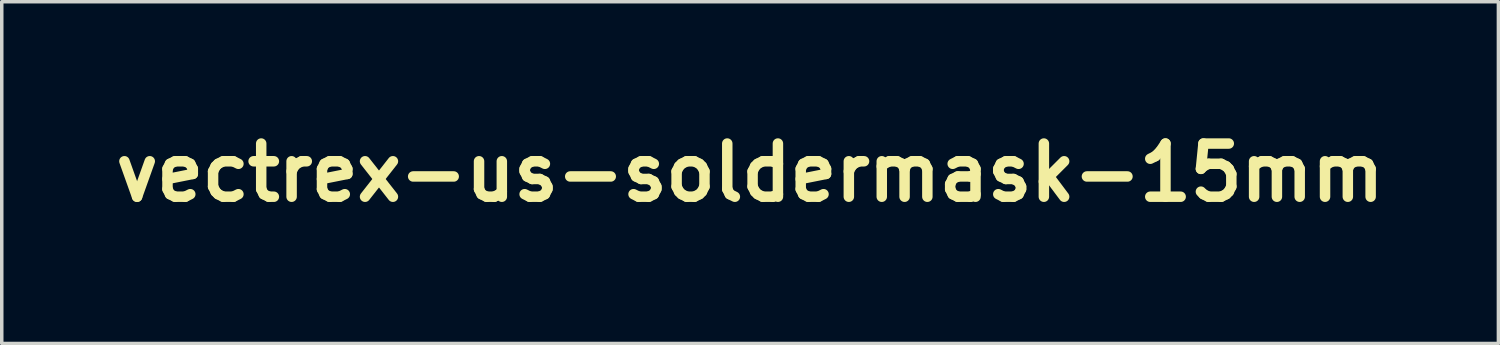
<source format=kicad_pcb>
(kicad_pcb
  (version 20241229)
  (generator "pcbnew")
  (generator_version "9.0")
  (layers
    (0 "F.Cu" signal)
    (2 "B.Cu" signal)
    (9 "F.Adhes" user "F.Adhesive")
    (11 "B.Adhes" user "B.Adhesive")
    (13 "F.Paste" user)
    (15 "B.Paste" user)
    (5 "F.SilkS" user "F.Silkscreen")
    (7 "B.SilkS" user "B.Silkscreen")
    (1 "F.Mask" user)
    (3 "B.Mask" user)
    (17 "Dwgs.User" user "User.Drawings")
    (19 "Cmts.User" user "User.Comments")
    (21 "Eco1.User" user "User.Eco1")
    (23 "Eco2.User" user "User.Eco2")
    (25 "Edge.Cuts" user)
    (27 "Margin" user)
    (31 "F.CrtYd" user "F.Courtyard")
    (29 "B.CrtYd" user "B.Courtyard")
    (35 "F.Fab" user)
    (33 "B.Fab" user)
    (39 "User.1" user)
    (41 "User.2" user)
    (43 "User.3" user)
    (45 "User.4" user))
  (footprint "vectrex-us-soldermask-15mm"
    (layer "F.Cu")
    (at 18.44 1.897)
    (property "Reference" "vectrex-us-soldermask-15mm" (at 0 0 0) (layer "F.SilkS") (effects (font (size 1.524 1.524) (thickness 0.3))))
    (attr through_hole)
    (fp_poly (pts (xy 2.393 -0.136) (xy 2.484 -0.135) (xy 2.561 -0.133) (xy 2.618 -0.131) (xy 2.653 -0.128) (xy 2.661 -0.126) (xy 2.651 -0.113) (xy 2.622 -0.082) (xy 2.578 -0.035) (xy 2.521 0.025) (xy 2.455 0.093) (xy 2.398 0.151) (xy 2.325 0.226) (xy 2.259 0.296) (xy 2.203 0.357) (xy 2.16 0.406) (xy 2.133 0.439) (xy 2.125 0.452) (xy 2.124 0.497) (xy 2.148 0.534) (xy 2.189 0.556) (xy 2.214 0.559) (xy 2.229 0.558) (xy 2.246 0.552) (xy 2.267 0.539) (xy 2.294 0.518) (xy 2.331 0.485) (xy 2.378 0.439) (xy 2.439 0.378) (xy 2.516 0.299) (xy 2.601 0.212) (xy 2.937 -0.136) (xy 3.283 -0.136) (xy 3.381 -0.136) (xy 3.469 -0.134) (xy 3.541 -0.132) (xy 3.594 -0.13) (xy 3.623 -0.127) (xy 3.628 -0.125) (xy 3.618 -0.111) (xy 3.591 -0.077) (xy 3.55 -0.026) (xy 3.495 0.039) (xy 3.431 0.115) (xy 3.359 0.2) (xy 3.336 0.227) (xy 3.045 0.567) (xy 2.8 0.571) (xy 2.555 0.575) (xy 2.555 1.86) (xy 1.92 1.86) (xy 1.92 -0.136) (xy 2.291 -0.136) (xy 2.393 -0.136)) (stroke (width 0.01) (type solid)) (fill yes) (layer "F.Mask"))
    (fp_poly (pts (xy 1.455 -1.335) (xy 1.459 -0.779) (xy 1.965 -0.771) (xy 2.471 -0.764) (xy 2.154 -0.435) (xy 1.837 -0.107) (xy 1.644 -0.106) (xy 1.451 -0.106) (xy 1.451 1.86) (xy 0.816 1.86) (xy 0.816 -0.036) (xy 1.013 -0.235) (xy 1.087 -0.311) (xy 1.142 -0.369) (xy 1.179 -0.413) (xy 1.2 -0.445) (xy 1.209 -0.467) (xy 1.21 -0.473) (xy 1.197 -0.52) (xy 1.161 -0.551) (xy 1.118 -0.559) (xy 1.099 -0.556) (xy 1.075 -0.544) (xy 1.042 -0.521) (xy 0.997 -0.485) (xy 0.939 -0.434) (xy 0.862 -0.364) (xy 0.828 -0.333) (xy 0.583 -0.106) (xy 0.256 -0.106) (xy 0.16 -0.106) (xy 0.074 -0.107) (xy 0.003 -0.109) (xy -0.049 -0.111) (xy -0.076 -0.114) (xy -0.08 -0.115) (xy -0.072 -0.128) (xy -0.047 -0.161) (xy -0.006 -0.211) (xy 0.047 -0.275) (xy 0.112 -0.351) (xy 0.185 -0.436) (xy 0.225 -0.481) (xy 0.334 -0.606) (xy 0.446 -0.735) (xy 0.561 -0.866) (xy 0.676 -0.998) (xy 0.789 -1.127) (xy 0.898 -1.253) (xy 1.002 -1.372) (xy 1.098 -1.482) (xy 1.185 -1.582) (xy 1.261 -1.669) (xy 1.323 -1.741) (xy 1.37 -1.796) (xy 1.401 -1.831) (xy 1.41 -1.842) (xy 1.451 -1.892) (xy 1.455 -1.335)) (stroke (width 0.01) (type solid)) (fill yes) (layer "F.Mask"))
    (fp_poly (pts (xy -0.21 -0.118) (xy -0.052 -0.071) (xy 0.096 -0.001) (xy 0.228 0.092) (xy 0.242 0.104) (xy 0.31 0.164) (xy 0.062 0.413) (xy -0.186 0.663) (xy -0.246 0.623) (xy -0.293 0.597) (xy -0.345 0.584) (xy -0.407 0.578) (xy -0.499 0.584) (xy -0.574 0.612) (xy -0.639 0.666) (xy -0.672 0.708) (xy -0.699 0.751) (xy -0.713 0.79) (xy -0.718 0.84) (xy -0.718 0.869) (xy -0.716 0.928) (xy -0.706 0.971) (xy -0.686 1.01) (xy -0.672 1.03) (xy -0.606 1.102) (xy -0.528 1.147) (xy -0.436 1.164) (xy -0.424 1.164) (xy -0.326 1.151) (xy -0.244 1.113) (xy -0.18 1.052) (xy -0.136 0.968) (xy -0.123 0.923) (xy -0.116 0.9) (xy -0.105 0.876) (xy -0.086 0.848) (xy -0.057 0.813) (xy -0.016 0.767) (xy 0.041 0.709) (xy 0.115 0.633) (xy 0.154 0.595) (xy 0.227 0.522) (xy 0.293 0.458) (xy 0.35 0.405) (xy 0.394 0.365) (xy 0.422 0.342) (xy 0.431 0.338) (xy 0.449 0.356) (xy 0.473 0.397) (xy 0.499 0.454) (xy 0.526 0.522) (xy 0.55 0.593) (xy 0.562 0.637) (xy 0.587 0.796) (xy 0.584 0.959) (xy 0.556 1.12) (xy 0.502 1.276) (xy 0.426 1.421) (xy 0.327 1.551) (xy 0.26 1.618) (xy 0.124 1.72) (xy -0.026 1.799) (xy -0.186 1.852) (xy -0.352 1.878) (xy -0.519 1.876) (xy -0.546 1.873) (xy -0.711 1.837) (xy -0.867 1.774) (xy -1.009 1.687) (xy -1.135 1.578) (xy -1.243 1.45) (xy -1.329 1.306) (xy -1.391 1.148) (xy -1.399 1.119) (xy -1.416 1.025) (xy -1.424 0.914) (xy -1.423 0.798) (xy -1.413 0.69) (xy -1.399 0.62) (xy -1.341 0.457) (xy -1.259 0.309) (xy -1.154 0.178) (xy -1.029 0.066) (xy -0.887 -0.024) (xy -0.73 -0.09) (xy -0.562 -0.131) (xy -0.534 -0.135) (xy -0.372 -0.14) (xy -0.21 -0.118)) (stroke (width 0.01) (type solid)) (fill yes) (layer "F.Mask"))
    (fp_poly (pts (xy -2.35 -0.115) (xy -2.233 -0.081) (xy -2.078 -0.009) (xy -1.939 0.086) (xy -1.878 0.141) (xy -1.799 0.219) (xy -2.256 0.677) (xy -2.371 0.792) (xy -2.465 0.887) (xy -2.541 0.965) (xy -2.6 1.026) (xy -2.643 1.073) (xy -2.672 1.108) (xy -2.688 1.131) (xy -2.693 1.144) (xy -2.691 1.149) (xy -2.664 1.157) (xy -2.619 1.163) (xy -2.581 1.164) (xy -2.483 1.151) (xy -2.4 1.113) (xy -2.336 1.051) (xy -2.291 0.967) (xy -2.282 0.937) (xy -2.273 0.913) (xy -2.259 0.886) (xy -2.236 0.855) (xy -2.203 0.815) (xy -2.156 0.763) (xy -2.092 0.698) (xy -2.01 0.614) (xy -1.997 0.601) (xy -1.924 0.527) (xy -1.858 0.462) (xy -1.802 0.406) (xy -1.758 0.365) (xy -1.731 0.339) (xy -1.722 0.333) (xy -1.71 0.346) (xy -1.691 0.381) (xy -1.668 0.431) (xy -1.644 0.489) (xy -1.621 0.549) (xy -1.602 0.604) (xy -1.596 0.627) (xy -1.582 0.706) (xy -1.574 0.804) (xy -1.573 0.909) (xy -1.579 1.01) (xy -1.591 1.095) (xy -1.595 1.112) (xy -1.651 1.272) (xy -1.732 1.42) (xy -1.836 1.553) (xy -1.96 1.667) (xy -2.101 1.76) (xy -2.234 1.819) (xy -2.283 1.835) (xy -2.347 1.85) (xy -2.417 1.865) (xy -2.486 1.877) (xy -2.545 1.886) (xy -2.587 1.889) (xy -2.6 1.888) (xy -2.618 1.885) (xy -2.657 1.88) (xy -2.704 1.874) (xy -2.873 1.837) (xy -3.03 1.773) (xy -3.174 1.682) (xy -3.281 1.587) (xy -3.375 1.483) (xy -3.447 1.38) (xy -3.505 1.268) (xy -3.534 1.192) (xy -3.55 1.144) (xy -3.562 1.1) (xy -3.569 1.054) (xy -3.572 0.998) (xy -3.574 0.924) (xy -3.574 0.882) (xy -2.873 0.882) (xy -2.871 0.928) (xy -2.866 0.959) (xy -2.861 0.968) (xy -2.848 0.957) (xy -2.816 0.929) (xy -2.771 0.886) (xy -2.715 0.833) (xy -2.665 0.783) (xy -2.604 0.722) (xy -2.552 0.668) (xy -2.512 0.625) (xy -2.486 0.596) (xy -2.48 0.586) (xy -2.493 0.58) (xy -2.529 0.576) (xy -2.575 0.575) (xy -2.672 0.587) (xy -2.752 0.625) (xy -2.814 0.684) (xy -2.855 0.763) (xy -2.872 0.86) (xy -2.873 0.882) (xy -3.574 0.882) (xy -3.574 0.869) (xy -3.573 0.781) (xy -3.571 0.715) (xy -3.566 0.664) (xy -3.557 0.621) (xy -3.544 0.576) (xy -3.534 0.547) (xy -3.483 0.424) (xy -3.42 0.316) (xy -3.34 0.214) (xy -3.281 0.151) (xy -3.15 0.04) (xy -3.005 -0.046) (xy -2.849 -0.105) (xy -2.686 -0.136) (xy -2.519 -0.14) (xy -2.35 -0.115)) (stroke (width 0.01) (type solid)) (fill yes) (layer "F.Mask"))
    (fp_poly (pts (xy -5.504 -0.907) (xy -5.285 -0.907) (xy -5.076 -0.906) (xy -4.88 -0.906) (xy -4.698 -0.905) (xy -4.532 -0.905) (xy -4.384 -0.904) (xy -4.256 -0.903) (xy -4.15 -0.902) (xy -4.067 -0.901) (xy -4.01 -0.9) (xy -3.98 -0.899) (xy -3.976 -0.898) (xy -3.987 -0.886) (xy -4.016 -0.854) (xy -4.064 -0.805) (xy -4.127 -0.739) (xy -4.205 -0.659) (xy -4.295 -0.567) (xy -4.396 -0.464) (xy -4.506 -0.352) (xy -4.623 -0.233) (xy -4.668 -0.187) (xy -4.788 -0.065) (xy -4.902 0.052) (xy -5.008 0.161) (xy -5.104 0.261) (xy -5.189 0.35) (xy -5.261 0.426) (xy -5.318 0.486) (xy -5.357 0.53) (xy -5.378 0.554) (xy -5.38 0.558) (xy -5.391 0.608) (xy -5.376 0.654) (xy -5.342 0.689) (xy -5.295 0.708) (xy -5.243 0.706) (xy -5.226 0.693) (xy -5.188 0.66) (xy -5.132 0.607) (xy -5.058 0.535) (xy -4.968 0.446) (xy -4.862 0.341) (xy -4.742 0.22) (xy -4.608 0.086) (xy -4.463 -0.062) (xy -4.421 -0.105) (xy -3.636 -0.906) (xy -3.136 -0.907) (xy -3.016 -0.906) (xy -2.906 -0.906) (xy -2.809 -0.905) (xy -2.729 -0.903) (xy -2.67 -0.902) (xy -2.635 -0.9) (xy -2.627 -0.898) (xy -2.636 -0.886) (xy -2.663 -0.853) (xy -2.708 -0.801) (xy -2.767 -0.731) (xy -2.841 -0.645) (xy -2.928 -0.545) (xy -3.026 -0.432) (xy -3.133 -0.308) (xy -3.249 -0.175) (xy -3.371 -0.035) (xy -3.499 0.111) (xy -3.63 0.262) (xy -3.763 0.415) (xy -3.898 0.569) (xy -4.032 0.722) (xy -4.163 0.872) (xy -4.291 1.018) (xy -4.414 1.158) (xy -4.531 1.291) (xy -4.639 1.414) (xy -4.738 1.526) (xy -4.826 1.625) (xy -4.901 1.711) (xy -4.963 1.78) (xy -5.009 1.831) (xy -5.039 1.863) (xy -5.05 1.874) (xy -5.061 1.863) (xy -5.09 1.83) (xy -5.137 1.778) (xy -5.2 1.707) (xy -5.278 1.619) (xy -5.371 1.515) (xy -5.475 1.396) (xy -5.591 1.265) (xy -5.718 1.122) (xy -5.853 0.968) (xy -5.996 0.806) (xy -6.145 0.636) (xy -6.267 0.497) (xy -6.421 0.322) (xy -6.569 0.153) (xy -6.71 -0.008) (xy -6.843 -0.16) (xy -6.968 -0.302) (xy -7.081 -0.432) (xy -7.183 -0.549) (xy -7.272 -0.651) (xy -7.347 -0.737) (xy -7.407 -0.806) (xy -7.45 -0.856) (xy -7.475 -0.885) (xy -7.481 -0.893) (xy -7.467 -0.895) (xy -7.424 -0.897) (xy -7.354 -0.899) (xy -7.257 -0.901) (xy -7.136 -0.902) (xy -6.992 -0.903) (xy -6.826 -0.904) (xy -6.639 -0.905) (xy -6.433 -0.906) (xy -6.209 -0.907) (xy -5.969 -0.907) (xy -5.731 -0.907) (xy -5.504 -0.907)) (stroke (width 0.01) (type solid)) (fill yes) (layer "F.Mask"))
    (fp_poly (pts (xy 4.449 -0.128) (xy 4.607 -0.089) (xy 4.759 -0.023) (xy 4.901 0.069) (xy 4.955 0.115) (xy 4.999 0.155) (xy 5.032 0.19) (xy 5.049 0.213) (xy 5.05 0.217) (xy 5.039 0.231) (xy 5.01 0.264) (xy 4.963 0.314) (xy 4.902 0.378) (xy 4.828 0.454) (xy 4.743 0.54) (xy 4.651 0.633) (xy 4.6 0.684) (xy 4.487 0.798) (xy 4.393 0.893) (xy 4.319 0.969) (xy 4.261 1.03) (xy 4.219 1.076) (xy 4.191 1.11) (xy 4.175 1.132) (xy 4.171 1.145) (xy 4.173 1.149) (xy 4.2 1.157) (xy 4.245 1.162) (xy 4.287 1.164) (xy 4.348 1.161) (xy 4.396 1.148) (xy 4.444 1.123) (xy 4.447 1.121) (xy 4.503 1.073) (xy 4.547 1.013) (xy 4.575 0.948) (xy 4.581 0.907) (xy 4.588 0.888) (xy 4.609 0.858) (xy 4.646 0.813) (xy 4.701 0.754) (xy 4.775 0.677) (xy 4.849 0.602) (xy 4.923 0.528) (xy 4.99 0.463) (xy 5.048 0.408) (xy 5.093 0.368) (xy 5.122 0.343) (xy 5.133 0.337) (xy 5.153 0.356) (xy 5.179 0.399) (xy 5.208 0.459) (xy 5.237 0.53) (xy 5.249 0.566) (xy 5.264 0.616) (xy 5.274 0.663) (xy 5.28 0.715) (xy 5.283 0.78) (xy 5.283 0.867) (xy 5.283 0.877) (xy 5.282 0.965) (xy 5.279 1.03) (xy 5.273 1.082) (xy 5.263 1.127) (xy 5.249 1.175) (xy 5.243 1.192) (xy 5.192 1.314) (xy 5.13 1.42) (xy 5.051 1.522) (xy 4.989 1.589) (xy 4.86 1.698) (xy 4.715 1.783) (xy 4.559 1.842) (xy 4.394 1.875) (xy 4.225 1.88) (xy 4.156 1.873) (xy 3.992 1.837) (xy 3.837 1.774) (xy 3.696 1.687) (xy 3.569 1.578) (xy 3.462 1.451) (xy 3.376 1.307) (xy 3.314 1.15) (xy 3.304 1.112) (xy 3.29 1.032) (xy 3.283 0.934) (xy 3.282 0.888) (xy 3.981 0.888) (xy 3.985 0.931) (xy 3.994 0.96) (xy 4.003 0.968) (xy 4.017 0.957) (xy 4.048 0.929) (xy 4.093 0.887) (xy 4.149 0.833) (xy 4.199 0.783) (xy 4.26 0.722) (xy 4.312 0.668) (xy 4.352 0.625) (xy 4.378 0.596) (xy 4.385 0.586) (xy 4.371 0.58) (xy 4.335 0.576) (xy 4.293 0.575) (xy 4.193 0.587) (xy 4.11 0.625) (xy 4.045 0.686) (xy 4 0.77) (xy 3.991 0.796) (xy 3.983 0.84) (xy 3.981 0.888) (xy 3.282 0.888) (xy 3.282 0.83) (xy 3.288 0.729) (xy 3.3 0.644) (xy 3.304 0.627) (xy 3.35 0.493) (xy 3.417 0.359) (xy 3.499 0.237) (xy 3.548 0.181) (xy 3.677 0.065) (xy 3.818 -0.025) (xy 3.97 -0.09) (xy 4.127 -0.129) (xy 4.288 -0.142) (xy 4.449 -0.128)) (stroke (width 0.01) (type solid)) (fill yes) (layer "F.Mask"))
    (fp_poly (pts (xy 7.243 -0.136) (xy 7.33 -0.134) (xy 7.401 -0.132) (xy 7.452 -0.129) (xy 7.48 -0.126) (xy 7.484 -0.125) (xy 7.474 -0.111) (xy 7.447 -0.077) (xy 7.405 -0.025) (xy 7.348 0.043) (xy 7.28 0.125) (xy 7.203 0.217) (xy 7.118 0.317) (xy 7.068 0.377) (xy 6.651 0.867) (xy 6.687 0.906) (xy 6.712 0.934) (xy 6.752 0.98) (xy 6.804 1.041) (xy 6.867 1.114) (xy 6.936 1.196) (xy 7.01 1.283) (xy 7.087 1.374) (xy 7.163 1.464) (xy 7.237 1.552) (xy 7.305 1.634) (xy 7.366 1.707) (xy 7.417 1.768) (xy 7.455 1.814) (xy 7.478 1.843) (xy 7.484 1.851) (xy 7.469 1.853) (xy 7.427 1.854) (xy 7.361 1.856) (xy 7.272 1.857) (xy 7.165 1.858) (xy 7.041 1.859) (xy 6.904 1.859) (xy 6.757 1.86) (xy 6.705 1.86) (xy 6.555 1.859) (xy 6.414 1.859) (xy 6.286 1.858) (xy 6.173 1.857) (xy 6.078 1.855) (xy 6.003 1.854) (xy 5.953 1.852) (xy 5.928 1.85) (xy 5.927 1.849) (xy 5.937 1.836) (xy 5.966 1.805) (xy 6.01 1.758) (xy 6.067 1.699) (xy 6.134 1.631) (xy 6.187 1.577) (xy 6.26 1.503) (xy 6.326 1.436) (xy 6.382 1.378) (xy 6.425 1.332) (xy 6.452 1.302) (xy 6.46 1.293) (xy 6.466 1.254) (xy 6.451 1.213) (xy 6.421 1.18) (xy 6.381 1.164) (xy 6.375 1.164) (xy 6.356 1.173) (xy 6.321 1.2) (xy 6.268 1.246) (xy 6.198 1.312) (xy 6.109 1.398) (xy 6.001 1.506) (xy 5.995 1.512) (xy 5.647 1.86) (xy 5.302 1.86) (xy 5.18 1.859) (xy 5.087 1.857) (xy 5.022 1.855) (xy 4.982 1.851) (xy 4.967 1.845) (xy 4.967 1.843) (xy 4.979 1.829) (xy 5.008 1.794) (xy 5.053 1.74) (xy 5.111 1.672) (xy 5.18 1.59) (xy 5.258 1.498) (xy 5.343 1.397) (xy 5.384 1.349) (xy 5.471 1.246) (xy 5.552 1.151) (xy 5.624 1.064) (xy 5.685 0.99) (xy 5.734 0.93) (xy 5.768 0.887) (xy 5.785 0.864) (xy 5.787 0.86) (xy 5.777 0.846) (xy 5.749 0.812) (xy 5.705 0.76) (xy 5.648 0.692) (xy 5.58 0.611) (xy 5.502 0.519) (xy 5.417 0.419) (xy 5.371 0.365) (xy 5.283 0.262) (xy 5.202 0.165) (xy 5.129 0.079) (xy 5.066 0.004) (xy 5.016 -0.056) (xy 4.981 -0.099) (xy 4.962 -0.123) (xy 4.959 -0.128) (xy 4.974 -0.129) (xy 5.016 -0.131) (xy 5.082 -0.132) (xy 5.171 -0.133) (xy 5.278 -0.134) (xy 5.402 -0.135) (xy 5.539 -0.136) (xy 5.686 -0.136) (xy 5.739 -0.136) (xy 5.926 -0.136) (xy 6.089 -0.135) (xy 6.227 -0.134) (xy 6.339 -0.132) (xy 6.424 -0.129) (xy 6.482 -0.127) (xy 6.511 -0.123) (xy 6.514 -0.121) (xy 6.502 -0.107) (xy 6.473 -0.074) (xy 6.428 -0.025) (xy 6.371 0.036) (xy 6.304 0.106) (xy 6.248 0.165) (xy 6.161 0.256) (xy 6.094 0.328) (xy 6.045 0.385) (xy 6.011 0.429) (xy 5.993 0.462) (xy 5.986 0.488) (xy 5.991 0.509) (xy 6.005 0.529) (xy 6.011 0.536) (xy 6.029 0.552) (xy 6.048 0.561) (xy 6.069 0.562) (xy 6.095 0.552) (xy 6.128 0.53) (xy 6.171 0.495) (xy 6.227 0.445) (xy 6.297 0.377) (xy 6.383 0.291) (xy 6.462 0.212) (xy 6.807 -0.136) (xy 7.146 -0.136) (xy 7.243 -0.136)) (stroke (width 0.01) (type solid)) (fill yes) (layer "F.Mask")))
  (gr_rect
    (start -3 -3)
    (end 39.881 6.791)
    (stroke (width 0.1) (type default))
    (fill no)
    (layer "Edge.Cuts")))
</source>
